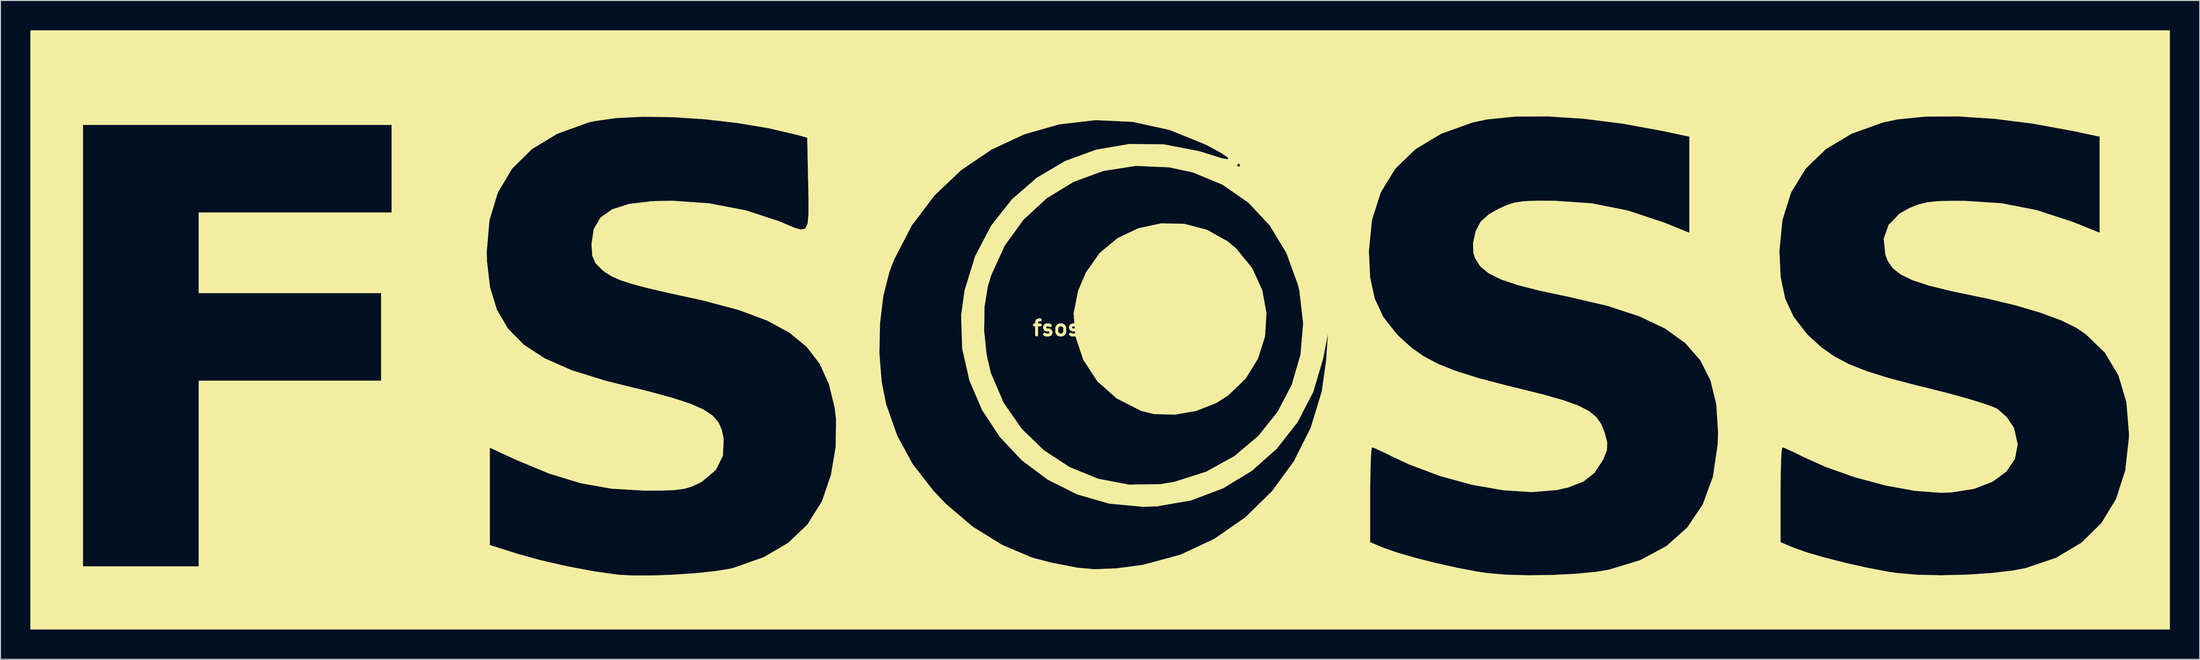
<source format=kicad_pcb>
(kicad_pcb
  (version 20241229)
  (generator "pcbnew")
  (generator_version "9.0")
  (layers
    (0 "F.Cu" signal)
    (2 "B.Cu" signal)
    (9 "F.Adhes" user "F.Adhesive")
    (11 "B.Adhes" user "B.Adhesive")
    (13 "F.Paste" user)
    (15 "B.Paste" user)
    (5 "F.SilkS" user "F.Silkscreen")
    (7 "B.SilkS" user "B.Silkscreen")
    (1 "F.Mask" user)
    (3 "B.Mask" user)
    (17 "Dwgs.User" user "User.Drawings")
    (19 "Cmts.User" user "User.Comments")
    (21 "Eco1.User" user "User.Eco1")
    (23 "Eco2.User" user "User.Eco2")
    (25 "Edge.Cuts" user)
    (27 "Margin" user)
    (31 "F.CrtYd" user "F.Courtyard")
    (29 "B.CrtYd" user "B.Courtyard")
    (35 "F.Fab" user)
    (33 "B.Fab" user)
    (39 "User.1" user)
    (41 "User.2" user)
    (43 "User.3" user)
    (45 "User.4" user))
  (footprint "fsoss_logo2"
    (layer "F.Cu")
    (at 107.602 29.991)
    (property "Reference" "fsoss_logo2" (at 0 0 0) (layer "F.SilkS") (effects (font (size 1.524 1.524) (thickness 0.3))))
    (attr through_hole)
    (fp_poly (pts (xy 8.472 -10.501) (xy 10.746 -9.903) (xy 12.838 -8.736) (xy 13.702 -8.006) (xy 15.305 -6.03) (xy 16.311 -3.824) (xy 16.733 -1.499) (xy 16.585 0.835) (xy 15.882 3.067) (xy 14.639 5.087) (xy 12.869 6.785) (xy 11.677 7.54) (xy 9.673 8.333) (xy 7.498 8.711) (xy 5.407 8.65) (xy 4.128 8.332) (xy 1.671 7.077) (xy -0.279 5.352) (xy -1.687 3.196) (xy -2.486 0.801) (xy -2.662 -1.476) (xy -2.212 -3.759) (xy -1.425 -5.604) (xy -0.042 -7.571) (xy 1.759 -9.063) (xy 3.858 -10.061) (xy 6.136 -10.547) (xy 8.472 -10.501)) (stroke (width 0.01) (type solid)) (fill yes) (layer "F.SilkS"))
    (fp_poly (pts (xy 107.597 30.339) (xy -107.597 30.339) (xy -107.597 -20.461) (xy -102.306 -20.461) (xy -102.306 23.989) (xy -90.664 23.989) (xy -90.664 5.292) (xy -72.319 5.292) (xy -72.319 -3.528) (xy -90.664 -3.528) (xy -90.664 -7.663) (xy -61.697 -7.663) (xy -61.672 -6.737) (xy -61.364 -4.111) (xy -60.677 -1.865) (xy -59.56 0.047) (xy -57.964 1.671) (xy -55.838 3.054) (xy -53.133 4.242) (xy -49.798 5.281) (xy -48.23 5.676) (xy -45.3 6.396) (xy -42.987 7.027) (xy -41.217 7.608) (xy -39.914 8.18) (xy -39.003 8.782) (xy -38.407 9.454) (xy -38.051 10.235) (xy -37.863 11.143) (xy -37.941 12.858) (xy -38.666 14.295) (xy -40.028 15.439) (xy -40.312 15.598) (xy -41.059 15.948) (xy -41.827 16.175) (xy -42.79 16.303) (xy -44.122 16.355) (xy -45.861 16.357) (xy -49.157 16.164) (xy -52.295 15.602) (xy -55.488 14.619) (xy -58.791 13.238) (xy -61.383 12.04) (xy -61.383 21.842) (xy -58.605 22.719) (xy -56.258 23.373) (xy -53.545 23.991) (xy -50.806 24.503) (xy -48.507 24.825) (xy -46.983 24.911) (xy -45.043 24.907) (xy -42.896 24.826) (xy -40.751 24.68) (xy -38.815 24.48) (xy -37.299 24.24) (xy -36.884 24.142) (xy -33.837 23.066) (xy -31.369 21.621) (xy -29.444 19.777) (xy -28.022 17.506) (xy -27.951 17.354) (xy -27.075 14.799) (xy -26.597 11.972) (xy -26.557 9.185) (xy -26.7 7.983) (xy -27.285 5.612) (xy -28.199 3.597) (xy -29.031 2.509) (xy -22.201 2.509) (xy -21.979 5.357) (xy -21.534 7.621) (xy -20.408 10.831) (xy -18.842 13.705) (xy -16.731 16.417) (xy -15.51 17.697) (xy -12.825 19.98) (xy -9.875 21.815) (xy -6.823 23.109) (xy -4.939 23.603) (xy -3.722 23.841) (xy -2.702 24.041) (xy -2.293 24.121) (xy -0.551 24.278) (xy 1.667 24.186) (xy 4.182 23.854) (xy 4.354 23.824) (xy 8.079 22.815) (xy 11.513 21.205) (xy 14.597 19.058) (xy 17.275 16.439) (xy 19.489 13.41) (xy 21.182 10.037) (xy 22.297 6.383) (xy 22.738 3.242) (xy 22.924 0.529) (xy 22.438 3.046) (xy 21.447 6.407) (xy 19.869 9.457) (xy 17.778 12.135) (xy 15.245 14.383) (xy 12.345 16.14) (xy 9.149 17.345) (xy 5.731 17.939) (xy 4.345 17.992) (xy 0.896 17.665) (xy -2.327 16.731) (xy -5.27 15.254) (xy -7.879 13.303) (xy -10.097 10.942) (xy -11.872 8.239) (xy -13.146 5.261) (xy -13.867 2.073) (xy -13.927 0.274) (xy -11.665 0.274) (xy -11.413 2.704) (xy -10.995 4.497) (xy -9.71 7.499) (xy -7.901 10.118) (xy -5.651 12.303) (xy -3.045 14.005) (xy -0.166 15.173) (xy 2.901 15.758) (xy 6.073 15.709) (xy 7.469 15.476) (xy 10.669 14.457) (xy 13.497 12.894) (xy 15.906 10.863) (xy 17.85 8.435) (xy 19.282 5.686) (xy 20.157 2.69) (xy 20.427 -0.48) (xy 20.047 -3.75) (xy 19.902 -4.359) (xy 18.744 -7.563) (xy 18.624 -7.761) (xy 27.035 -7.761) (xy 27.159 -5.123) (xy 27.622 -2.968) (xy 28.483 -1.13) (xy 29.8 0.554) (xy 30.128 0.892) (xy 31.288 1.943) (xy 32.545 2.832) (xy 34.011 3.608) (xy 35.799 4.321) (xy 38.02 5.017) (xy 40.786 5.747) (xy 41.965 6.034) (xy 44.582 6.685) (xy 46.594 7.257) (xy 48.093 7.796) (xy 49.168 8.347) (xy 49.91 8.957) (xy 50.409 9.671) (xy 50.744 10.5) (xy 51.011 11.531) (xy 50.974 12.303) (xy 50.609 13.205) (xy 50.567 13.289) (xy 49.737 14.559) (xy 48.627 15.441) (xy 47.077 16.042) (xy 45.917 16.301) (xy 43.433 16.508) (xy 40.549 16.322) (xy 37.425 15.776) (xy 34.224 14.901) (xy 31.107 13.731) (xy 29.555 13.008) (xy 28.486 12.484) (xy 27.686 12.118) (xy 27.35 11.994) (xy 27.282 12.326) (xy 27.225 13.234) (xy 27.185 14.592) (xy 27.165 16.27) (xy 27.164 16.775) (xy 27.164 21.555) (xy 28.487 22.109) (xy 29.833 22.585) (xy 31.663 23.116) (xy 33.764 23.649) (xy 35.922 24.132) (xy 37.923 24.512) (xy 38.877 24.657) (xy 40.778 24.823) (xy 43.071 24.887) (xy 45.525 24.854) (xy 47.907 24.731) (xy 49.985 24.524) (xy 51.153 24.329) (xy 54.328 23.365) (xy 56.966 21.945) (xy 59.064 20.069) (xy 60.624 17.739) (xy 61.643 14.955) (xy 62.121 11.719) (xy 62.16 10.407) (xy 61.98 7.652) (xy 61.399 5.276) (xy 60.376 3.241) (xy 58.867 1.509) (xy 56.832 0.041) (xy 54.227 -1.199) (xy 51.01 -2.251) (xy 47.14 -3.152) (xy 47.096 -3.161) (xy 44.224 -3.77) (xy 41.977 -4.346) (xy 40.28 -4.925) (xy 39.057 -5.542) (xy 38.23 -6.231) (xy 37.724 -7.029) (xy 37.543 -7.57) (xy 37.537 -7.761) (xy 68.327 -7.761) (xy 68.451 -5.125) (xy 68.906 -2.976) (xy 69.751 -1.148) (xy 71.045 0.522) (xy 71.403 0.892) (xy 72.57 1.948) (xy 73.835 2.841) (xy 75.312 3.621) (xy 77.113 4.335) (xy 79.352 5.034) (xy 82.139 5.767) (xy 83.18 6.02) (xy 85.222 6.533) (xy 87.102 7.05) (xy 88.677 7.528) (xy 89.807 7.925) (xy 90.267 8.138) (xy 91.196 8.959) (xy 91.9 10.008) (xy 91.932 10.08) (xy 92.295 11.703) (xy 92.017 13.175) (xy 91.155 14.445) (xy 89.766 15.463) (xy 87.906 16.179) (xy 85.634 16.542) (xy 84.561 16.578) (xy 81.955 16.382) (xy 78.999 15.841) (xy 75.923 15.015) (xy 72.955 13.964) (xy 70.83 13.01) (xy 69.761 12.486) (xy 68.962 12.119) (xy 68.625 11.994) (xy 68.557 12.326) (xy 68.5 13.234) (xy 68.46 14.592) (xy 68.44 16.27) (xy 68.439 16.775) (xy 68.439 21.555) (xy 69.762 22.109) (xy 71.107 22.585) (xy 72.936 23.116) (xy 75.036 23.649) (xy 77.194 24.132) (xy 79.196 24.512) (xy 80.152 24.658) (xy 82.169 24.831) (xy 84.572 24.884) (xy 87.13 24.825) (xy 89.617 24.664) (xy 91.802 24.409) (xy 93.103 24.162) (xy 96.164 23.122) (xy 98.705 21.607) (xy 100.717 19.63) (xy 102.19 17.203) (xy 103.115 14.338) (xy 103.483 11.047) (xy 103.489 10.584) (xy 103.23 7.444) (xy 102.426 4.747) (xy 101.071 2.477) (xy 99.156 0.62) (xy 98.234 -0.009) (xy 96.71 -0.77) (xy 94.619 -1.545) (xy 92.095 -2.293) (xy 89.275 -2.97) (xy 88.291 -3.172) (xy 85.508 -3.755) (xy 83.343 -4.295) (xy 81.715 -4.83) (xy 80.54 -5.398) (xy 79.736 -6.035) (xy 79.221 -6.779) (xy 78.99 -7.376) (xy 78.82 -8.991) (xy 79.312 -10.4) (xy 80.442 -11.551) (xy 81.392 -12.088) (xy 82.278 -12.443) (xy 83.184 -12.667) (xy 84.303 -12.785) (xy 85.824 -12.822) (xy 86.96 -12.816) (xy 90.673 -12.572) (xy 94.195 -11.888) (xy 97.809 -10.706) (xy 98.422 -10.463) (xy 100.542 -9.607) (xy 100.542 -19.283) (xy 97.808 -19.862) (xy 93.802 -20.596) (xy 89.925 -21.084) (xy 86.292 -21.321) (xy 83.014 -21.301) (xy 80.206 -21.02) (xy 78.763 -20.715) (xy 75.598 -19.581) (xy 73 -18.029) (xy 70.971 -16.062) (xy 69.515 -13.682) (xy 68.632 -10.894) (xy 68.327 -7.761) (xy 37.537 -7.761) (xy 37.512 -8.541) (xy 37.753 -9.68) (xy 37.797 -9.805) (xy 38.295 -10.74) (xy 39.107 -11.466) (xy 40.044 -11.994) (xy 40.905 -12.391) (xy 41.71 -12.644) (xy 42.651 -12.782) (xy 43.917 -12.833) (xy 45.685 -12.825) (xy 49.46 -12.566) (xy 53.045 -11.854) (xy 56.723 -10.632) (xy 57.147 -10.463) (xy 59.267 -9.607) (xy 59.267 -19.283) (xy 56.533 -19.862) (xy 52.527 -20.596) (xy 48.65 -21.084) (xy 45.017 -21.321) (xy 41.739 -21.301) (xy 38.931 -21.02) (xy 37.488 -20.715) (xy 34.322 -19.58) (xy 31.721 -18.024) (xy 29.688 -16.052) (xy 28.227 -13.669) (xy 27.341 -10.879) (xy 27.035 -7.761) (xy 18.624 -7.761) (xy 17.058 -10.344) (xy 14.894 -12.655) (xy 12.305 -14.448) (xy 9.34 -15.677) (xy 6.967 -16.192) (xy 3.581 -16.337) (xy 0.347 -15.834) (xy -2.662 -14.731) (xy -5.371 -13.077) (xy -7.707 -10.918) (xy -9.598 -8.304) (xy -10.97 -5.282) (xy -11.288 -4.236) (xy -11.627 -2.143) (xy -11.665 0.274) (xy -13.927 0.274) (xy -13.978 -1.257) (xy -13.63 -3.803) (xy -12.565 -7.258) (xy -10.955 -10.324) (xy -8.866 -12.966) (xy -6.366 -15.145) (xy -4.234 -16.404) (xy 13.758 -16.404) (xy 13.935 -16.228) (xy 14.111 -16.404) (xy 13.935 -16.581) (xy 13.758 -16.404) (xy -4.234 -16.404) (xy -3.52 -16.826) (xy -0.396 -17.97) (xy 2.939 -18.542) (xy 6.418 -18.504) (xy 9.976 -17.818) (xy 11.054 -17.479) (xy 12.28 -17.097) (xy 12.875 -17.004) (xy 12.845 -17.186) (xy 12.197 -17.629) (xy 10.936 -18.319) (xy 10.583 -18.5) (xy 6.957 -19.967) (xy 3.252 -20.773) (xy -0.462 -20.948) (xy -4.113 -20.519) (xy -7.631 -19.516) (xy -10.944 -17.968) (xy -13.98 -15.903) (xy -16.669 -13.351) (xy -18.94 -10.339) (xy -20.722 -6.897) (xy -21.199 -5.644) (xy -21.805 -3.245) (xy -22.141 -0.443) (xy -22.201 2.509) (xy -29.031 2.509) (xy -29.503 1.891) (xy -31.255 0.449) (xy -33.515 -0.774) (xy -36.342 -1.825) (xy -39.795 -2.749) (xy -40.922 -3) (xy -43.544 -3.574) (xy -45.572 -4.049) (xy -47.105 -4.458) (xy -48.244 -4.831) (xy -49.088 -5.199) (xy -49.737 -5.595) (xy -50.071 -5.855) (xy -50.757 -6.544) (xy -51.073 -7.281) (xy -51.153 -8.385) (xy -51.153 -8.45) (xy -50.938 -9.955) (xy -50.265 -11.117) (xy -49.088 -11.96) (xy -47.364 -12.508) (xy -45.049 -12.785) (xy -43.039 -12.83) (xy -39.296 -12.565) (xy -35.607 -11.853) (xy -32.237 -10.746) (xy -31.793 -10.557) (xy -30.799 -10.129) (xy -30.106 -9.923) (xy -29.665 -10.024) (xy -29.422 -10.517) (xy -29.327 -11.485) (xy -29.328 -13.012) (xy -29.359 -14.527) (xy -29.457 -19.177) (xy -30.515 -19.469) (xy -33.359 -20.135) (xy -36.481 -20.658) (xy -39.73 -21.031) (xy -42.953 -21.243) (xy -45.998 -21.287) (xy -48.713 -21.152) (xy -50.946 -20.831) (xy -51.468 -20.705) (xy -54.595 -19.574) (xy -57.156 -18.022) (xy -59.149 -16.051) (xy -60.572 -13.666) (xy -61.422 -10.868) (xy -61.697 -7.663) (xy -90.664 -7.663) (xy -90.664 -11.642) (xy -71.261 -11.642) (xy -71.261 -20.461) (xy -102.306 -20.461) (xy -107.597 -20.461) (xy -107.597 -29.986) (xy 107.597 -29.986) (xy 107.597 30.339)) (stroke (width 0.01) (type solid)) (fill yes) (layer "F.SilkS")))
  (gr_rect
    (start -3 -3)
    (end 218.204 63.335)
    (stroke (width 0.1) (type default))
    (fill no)
    (layer "Edge.Cuts")))
</source>
